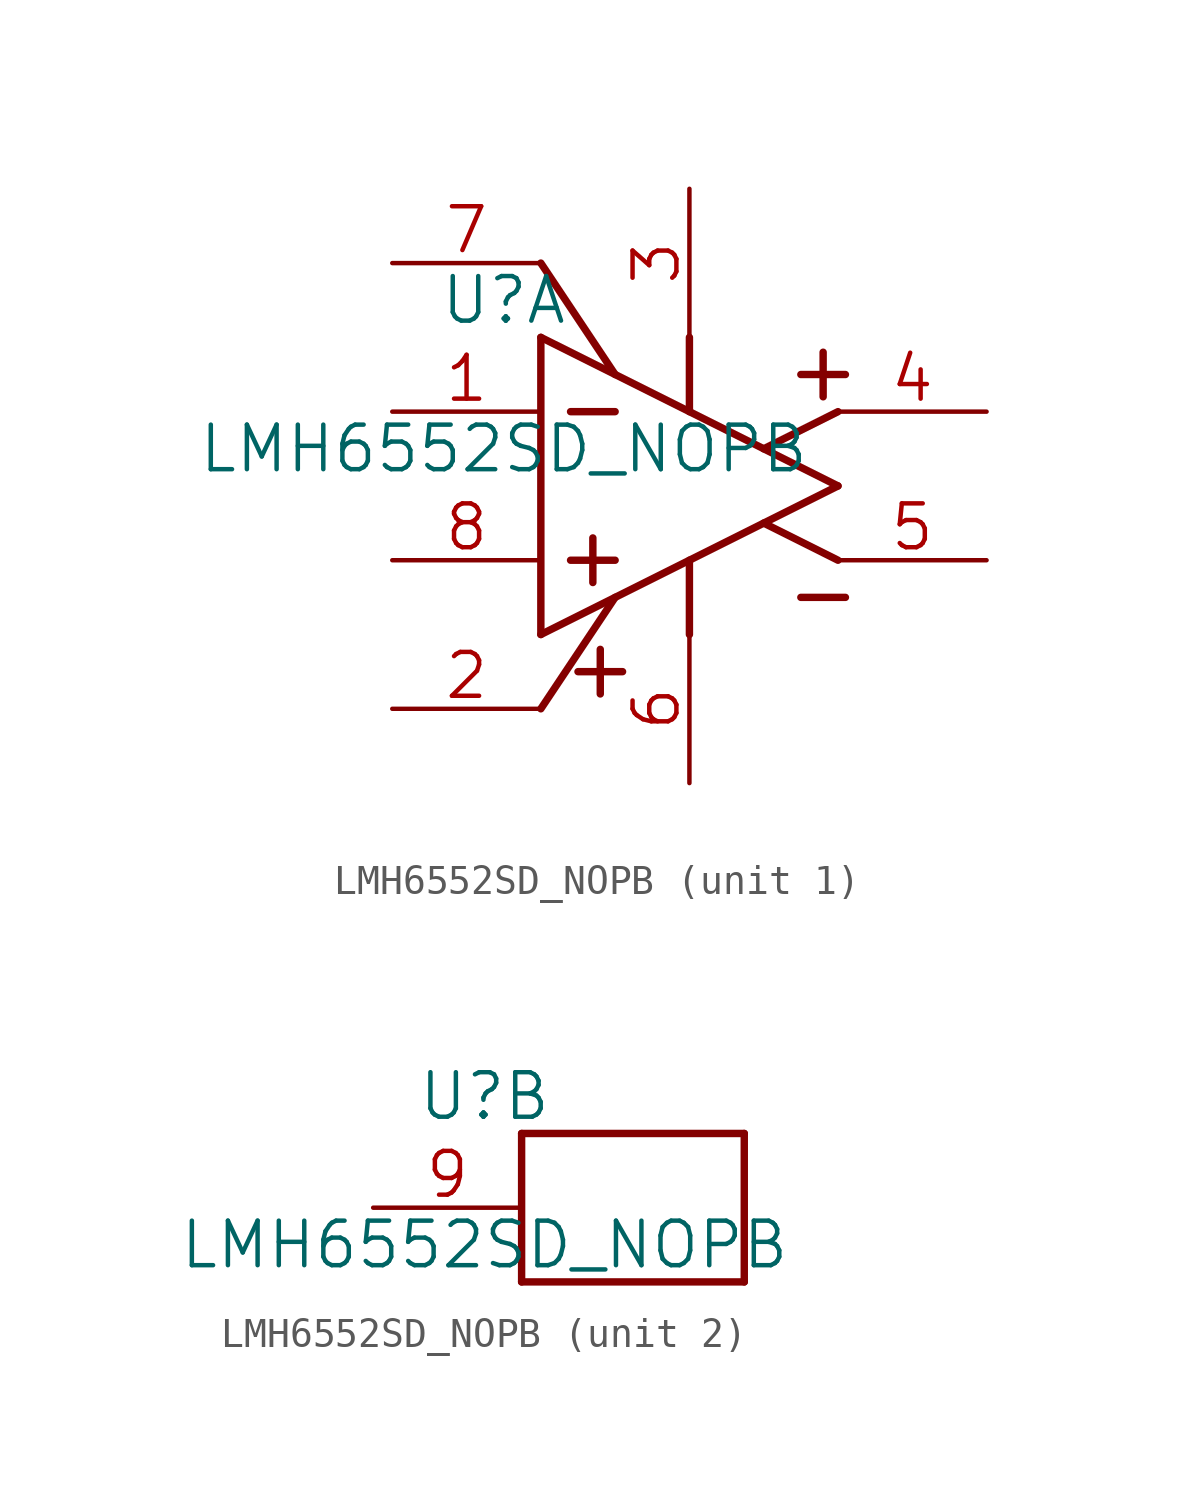
<source format=kicad_sym>
(kicad_symbol_lib
  (version 20201005)
  (generator kicad_symbol_editor)
  (symbol "LMH6552:LMH6552SD_NOPB"
    (pin_names
      (offset 0) hide)
    (property "Reference" "U"
      (at -1.27 1.27 0)
      (effects (font (size 1.524 1.524))))
    (property "Value" "LMH6552SD_NOPB"
      (at -1.27 -3.81 0)
      (effects (font (size 1.524 1.524))))
    (property "Datasheet" ""
      (at 0 0 0)
      (effects (font (size 1.524 1.524))))
    (property "ki_locked" ""
      (at 0 0 0)
      (effects (font (size 1.27 1.27))))
    (symbol "LMH6552SD_NOPB_1_1"
      (polyline (pts (xy 0 -10.16) (xy 10.16 -5.08)) (stroke (width 0.254)) (fill (type none)))
      (polyline (pts (xy 0 0) (xy 0 -10.16)) (stroke (width 0.254)) (fill (type none)))
      (polyline (pts (xy 0 0) (xy 10.16 -5.08)) (stroke (width 0.254)) (fill (type none)))
      (polyline (pts (xy 1.016 -7.62) (xy 2.54 -7.62)) (stroke (width 0.254)) (fill (type none)))
      (polyline (pts (xy 1.016 -2.54) (xy 2.54 -2.54)) (stroke (width 0.254)) (fill (type none)))
      (polyline (pts (xy 1.27 -11.43) (xy 2.794 -11.43)) (stroke (width 0.254)) (fill (type none)))
      (polyline (pts (xy 1.778 -6.858) (xy 1.778 -8.382)) (stroke (width 0.254)) (fill (type none)))
      (polyline (pts (xy 2.032 -10.668) (xy 2.032 -12.192)) (stroke (width 0.254)) (fill (type none)))
      (polyline (pts (xy 2.54 -8.89) (xy 0 -12.7)) (stroke (width 0.254)) (fill (type none)))
      (polyline (pts (xy 2.54 -1.27) (xy 0 2.54)) (stroke (width 0.254)) (fill (type none)))
      (polyline (pts (xy 5.08 -7.62) (xy 5.08 -10.16)) (stroke (width 0.254)) (fill (type none)))
      (polyline (pts (xy 5.08 -2.54) (xy 5.08 0)) (stroke (width 0.254)) (fill (type none)))
      (polyline (pts (xy 7.62 -6.35) (xy 10.16 -7.62)) (stroke (width 0.254)) (fill (type none)))
      (polyline (pts (xy 7.62 -3.81) (xy 10.16 -2.54)) (stroke (width 0.254)) (fill (type none)))
      (polyline (pts (xy 8.89 -8.89) (xy 10.414 -8.89)) (stroke (width 0.254)) (fill (type none)))
      (polyline (pts (xy 8.89 -1.27) (xy 10.414 -1.27)) (stroke (width 0.254)) (fill (type none)))
      (polyline (pts (xy 9.652 -0.508) (xy 9.652 -2.032)) (stroke (width 0.254)) (fill (type none)))
      (pin input line (at -5.08 -2.54 0) (length 5.08) (name "IN-" (effects (font (size 1.499 1.499)))) (number "1" (effects (font (size 1.499 1.499)))))
      (pin passive line (at -5.08 -12.7 0) (length 5.08) (name "VCM" (effects (font (size 1.499 1.499)))) (number "2" (effects (font (size 1.499 1.499)))))
      (pin power_in line (at 5.08 5.08 270) (length 5.08) (name "V+" (effects (font (size 1.499 1.499)))) (number "3" (effects (font (size 1.499 1.499)))))
      (pin output line (at 15.24 -2.54 180) (length 5.08) (name "OUT+" (effects (font (size 1.499 1.499)))) (number "4" (effects (font (size 1.499 1.499)))))
      (pin output line (at 15.24 -7.62 180) (length 5.08) (name "OUT-" (effects (font (size 1.499 1.499)))) (number "5" (effects (font (size 1.499 1.499)))))
      (pin power_in line (at 5.08 -15.24 90) (length 5.08) (name "V-" (effects (font (size 1.499 1.499)))) (number "6" (effects (font (size 1.499 1.499)))))
      (pin passive line (at -5.08 2.54 0) (length 5.08) (name "EN" (effects (font (size 1.499 1.499)))) (number "7" (effects (font (size 1.499 1.499)))))
      (pin input line (at -5.08 -7.62 0) (length 5.08) (name "IN+" (effects (font (size 1.499 1.499)))) (number "8" (effects (font (size 1.499 1.499))))))
    (symbol "LMH6552SD_NOPB_2_1"
      (polyline (pts (xy 0 -5.08) (xy 0 0)) (stroke (width 0.254)) (fill (type none)))
      (polyline (pts (xy 0 -5.08) (xy 7.62 -5.08)) (stroke (width 0.254)) (fill (type none)))
      (polyline (pts (xy 0 0) (xy 7.62 0)) (stroke (width 0.254)) (fill (type none)))
      (polyline (pts (xy 7.62 0) (xy 7.62 -5.08)) (stroke (width 0.254)) (fill (type none)))
      (pin passive line (at -5.08 -2.54 0) (length 5.08) (name "DAP" (effects (font (size 1.499 1.499)))) (number "9" (effects (font (size 1.499 1.499))))))))
</source>
